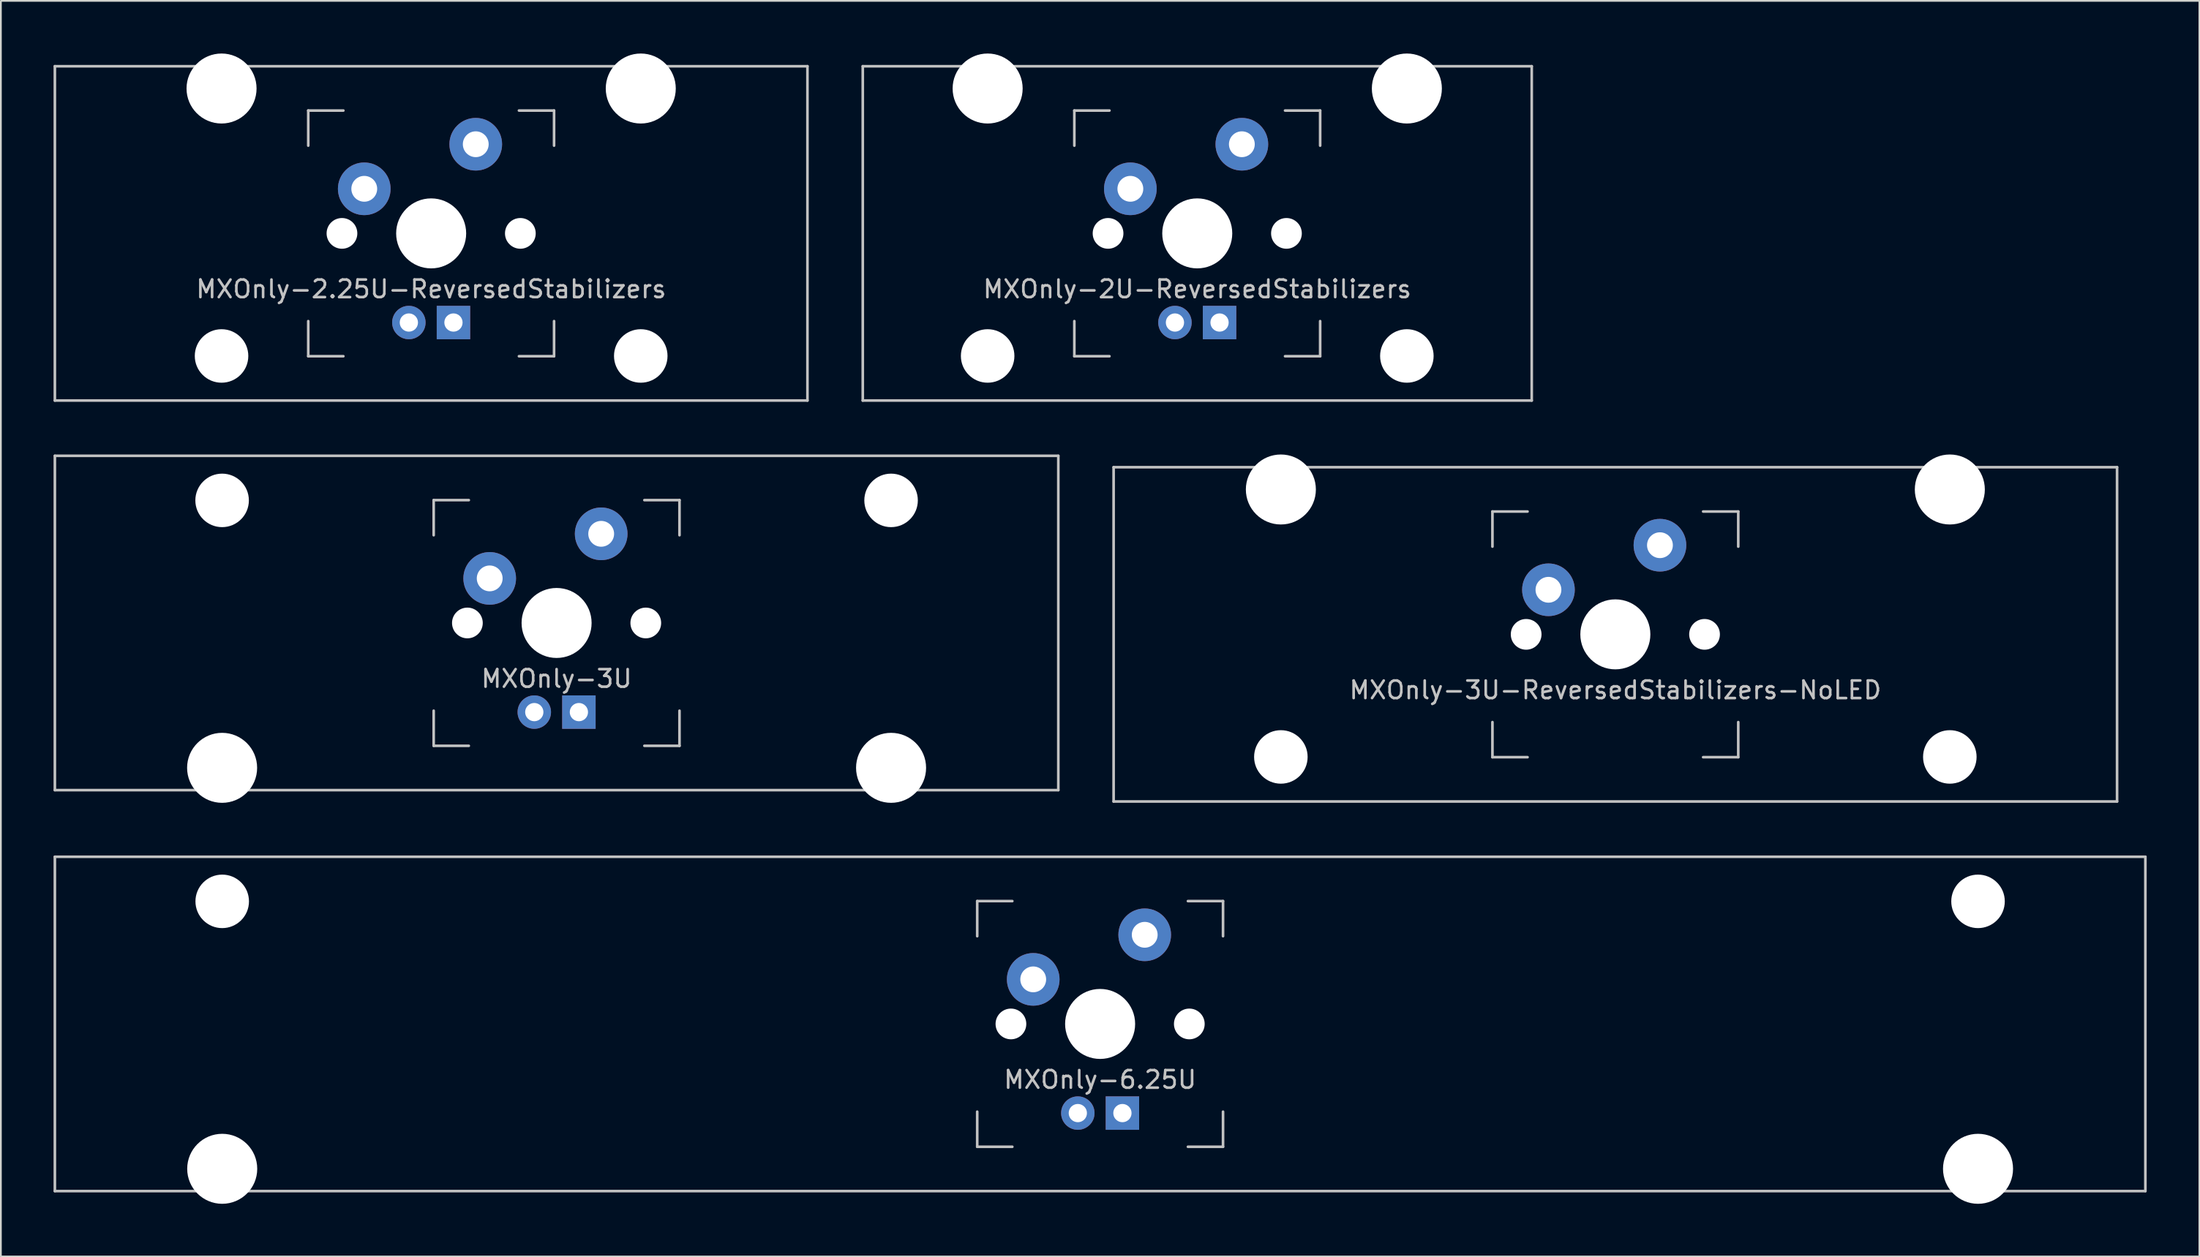
<source format=kicad_pcb>
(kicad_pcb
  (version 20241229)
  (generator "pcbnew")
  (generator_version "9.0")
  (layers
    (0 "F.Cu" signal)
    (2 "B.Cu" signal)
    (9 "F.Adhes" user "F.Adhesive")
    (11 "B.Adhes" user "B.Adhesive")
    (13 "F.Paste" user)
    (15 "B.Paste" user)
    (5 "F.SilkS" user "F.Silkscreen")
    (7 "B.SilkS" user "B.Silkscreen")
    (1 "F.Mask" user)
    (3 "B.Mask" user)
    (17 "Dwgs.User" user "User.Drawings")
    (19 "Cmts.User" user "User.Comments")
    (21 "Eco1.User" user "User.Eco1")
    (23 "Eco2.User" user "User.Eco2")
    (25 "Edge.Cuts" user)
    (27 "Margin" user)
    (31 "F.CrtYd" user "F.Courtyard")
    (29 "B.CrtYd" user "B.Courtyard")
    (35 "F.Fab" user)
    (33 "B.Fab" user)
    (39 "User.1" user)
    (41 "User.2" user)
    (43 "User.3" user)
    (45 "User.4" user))
  (footprint "MXOnly-2.25U-ReversedStabilizers"
    (layer "F.Cu")
    (at 21.506 10.249)
    (property "Reference" "MXOnly-2.25U-ReversedStabilizers" (at 0 3.175 0) (layer "Dwgs.User") (effects (font (size 1 1) (thickness 0.15))))
    (attr through_hole)
    (fp_line (start -21.431 -9.525) (end 21.431 -9.525) (stroke (width 0.15) (type solid)) (layer "Dwgs.User"))
    (fp_line (start -21.431 9.525) (end -21.431 -9.525) (stroke (width 0.15) (type solid)) (layer "Dwgs.User"))
    (fp_line (start -21.431 9.525) (end 21.431 9.525) (stroke (width 0.15) (type solid)) (layer "Dwgs.User"))
    (fp_line (start -7 -7) (end -7 -5) (stroke (width 0.15) (type solid)) (layer "Dwgs.User"))
    (fp_line (start -7 5) (end -7 7) (stroke (width 0.15) (type solid)) (layer "Dwgs.User"))
    (fp_line (start -7 7) (end -5 7) (stroke (width 0.15) (type solid)) (layer "Dwgs.User"))
    (fp_line (start -5 -7) (end -7 -7) (stroke (width 0.15) (type solid)) (layer "Dwgs.User"))
    (fp_line (start 5 -7) (end 7 -7) (stroke (width 0.15) (type solid)) (layer "Dwgs.User"))
    (fp_line (start 5 7) (end 7 7) (stroke (width 0.15) (type solid)) (layer "Dwgs.User"))
    (fp_line (start 7 -7) (end 7 -5) (stroke (width 0.15) (type solid)) (layer "Dwgs.User"))
    (fp_line (start 7 7) (end 7 5) (stroke (width 0.15) (type solid)) (layer "Dwgs.User"))
    (fp_line (start 21.431 -9.525) (end 21.431 9.525) (stroke (width 0.15) (type solid)) (layer "Dwgs.User"))
    (pad "" np_thru_hole circle (at -11.938 -8.255) (size 3.988 3.988) (drill 3.988) (layers "*.Cu" "*.Mask"))
    (pad "" np_thru_hole circle (at -11.938 6.985) (size 3.048 3.048) (drill 3.048) (layers "*.Cu" "*.Mask"))
    (pad "" np_thru_hole circle (at -5.08 0 48.1) (size 1.75 1.75) (drill 1.75) (layers "*.Cu" "*.Mask"))
    (pad "" np_thru_hole circle (at 0 0) (size 3.988 3.988) (drill 3.988) (layers "*.Cu" "*.Mask"))
    (pad "" np_thru_hole circle (at 5.08 0 48.1) (size 1.75 1.75) (drill 1.75) (layers "*.Cu" "*.Mask"))
    (pad "" np_thru_hole circle (at 11.938 -8.255) (size 3.988 3.988) (drill 3.988) (layers "*.Cu" "*.Mask"))
    (pad "" np_thru_hole circle (at 11.938 6.985) (size 3.048 3.048) (drill 3.048) (layers "*.Cu" "*.Mask"))
    (pad "1" thru_hole circle (at -3.81 -2.54) (size 3 3) (drill 1.47) (layers "*.Cu" "*.Mask"))
    (pad "2" thru_hole circle (at 2.54 -5.08) (size 3 3) (drill 1.47) (layers "*.Cu" "*.Mask"))
    (pad "3" thru_hole circle (at -1.27 5.08) (size 1.905 1.905) (drill 1.04) (layers "*.Cu" "*.Mask"))
    (pad "4" thru_hole rect (at 1.27 5.08) (size 1.905 1.905) (drill 1.04) (layers "*.Cu" "*.Mask")))
  (footprint "MXOnly-6.25U"
    (layer "F.Cu")
    (at 59.606 55.298)
    (property "Reference" "MXOnly-6.25U" (at 0 3.175 0) (layer "Dwgs.User") (effects (font (size 1 1) (thickness 0.15))))
    (attr through_hole)
    (fp_line (start -59.531 -9.525) (end 59.531 -9.525) (stroke (width 0.15) (type solid)) (layer "Dwgs.User"))
    (fp_line (start -59.531 9.525) (end -59.531 -9.525) (stroke (width 0.15) (type solid)) (layer "Dwgs.User"))
    (fp_line (start -59.531 9.525) (end 59.531 9.525) (stroke (width 0.15) (type solid)) (layer "Dwgs.User"))
    (fp_line (start -7 -7) (end -7 -5) (stroke (width 0.15) (type solid)) (layer "Dwgs.User"))
    (fp_line (start -7 5) (end -7 7) (stroke (width 0.15) (type solid)) (layer "Dwgs.User"))
    (fp_line (start -7 7) (end -5 7) (stroke (width 0.15) (type solid)) (layer "Dwgs.User"))
    (fp_line (start -5 -7) (end -7 -7) (stroke (width 0.15) (type solid)) (layer "Dwgs.User"))
    (fp_line (start 5 -7) (end 7 -7) (stroke (width 0.15) (type solid)) (layer "Dwgs.User"))
    (fp_line (start 5 7) (end 7 7) (stroke (width 0.15) (type solid)) (layer "Dwgs.User"))
    (fp_line (start 7 -7) (end 7 -5) (stroke (width 0.15) (type solid)) (layer "Dwgs.User"))
    (fp_line (start 7 7) (end 7 5) (stroke (width 0.15) (type solid)) (layer "Dwgs.User"))
    (fp_line (start 59.531 -9.525) (end 59.531 9.525) (stroke (width 0.15) (type solid)) (layer "Dwgs.User"))
    (pad "" np_thru_hole circle (at -50 -6.985) (size 3.048 3.048) (drill 3.048) (layers "*.Cu" "*.Mask"))
    (pad "" np_thru_hole circle (at -50 8.255) (size 3.988 3.988) (drill 3.988) (layers "*.Cu" "*.Mask"))
    (pad "" np_thru_hole circle (at -5.08 0 48.1) (size 1.75 1.75) (drill 1.75) (layers "*.Cu" "*.Mask"))
    (pad "" np_thru_hole circle (at 0 0) (size 3.988 3.988) (drill 3.988) (layers "*.Cu" "*.Mask"))
    (pad "" np_thru_hole circle (at 5.08 0 48.1) (size 1.75 1.75) (drill 1.75) (layers "*.Cu" "*.Mask"))
    (pad "" np_thru_hole circle (at 50 -6.985) (size 3.048 3.048) (drill 3.048) (layers "*.Cu" "*.Mask"))
    (pad "" np_thru_hole circle (at 50 8.255) (size 3.988 3.988) (drill 3.988) (layers "*.Cu" "*.Mask"))
    (pad "1" thru_hole circle (at -3.81 -2.54) (size 3 3) (drill 1.47) (layers "*.Cu" "*.Mask"))
    (pad "2" thru_hole circle (at 2.54 -5.08) (size 3 3) (drill 1.47) (layers "*.Cu" "*.Mask"))
    (pad "3" thru_hole circle (at -1.27 5.08) (size 1.905 1.905) (drill 1.04) (layers "*.Cu" "*.Mask"))
    (pad "4" thru_hole rect (at 1.27 5.08) (size 1.905 1.905) (drill 1.04) (layers "*.Cu" "*.Mask")))
  (footprint "MXOnly-3U"
    (layer "F.Cu")
    (at 28.65 32.449)
    (property "Reference" "MXOnly-3U" (at 0 3.175 0) (layer "Dwgs.User") (effects (font (size 1 1) (thickness 0.15))))
    (attr through_hole)
    (fp_line (start -28.575 -9.525) (end 28.575 -9.525) (stroke (width 0.15) (type solid)) (layer "Dwgs.User"))
    (fp_line (start -28.575 9.525) (end -28.575 -9.525) (stroke (width 0.15) (type solid)) (layer "Dwgs.User"))
    (fp_line (start -28.575 9.525) (end 28.575 9.525) (stroke (width 0.15) (type solid)) (layer "Dwgs.User"))
    (fp_line (start -7 -7) (end -7 -5) (stroke (width 0.15) (type solid)) (layer "Dwgs.User"))
    (fp_line (start -7 5) (end -7 7) (stroke (width 0.15) (type solid)) (layer "Dwgs.User"))
    (fp_line (start -7 7) (end -5 7) (stroke (width 0.15) (type solid)) (layer "Dwgs.User"))
    (fp_line (start -5 -7) (end -7 -7) (stroke (width 0.15) (type solid)) (layer "Dwgs.User"))
    (fp_line (start 5 -7) (end 7 -7) (stroke (width 0.15) (type solid)) (layer "Dwgs.User"))
    (fp_line (start 5 7) (end 7 7) (stroke (width 0.15) (type solid)) (layer "Dwgs.User"))
    (fp_line (start 7 -7) (end 7 -5) (stroke (width 0.15) (type solid)) (layer "Dwgs.User"))
    (fp_line (start 7 7) (end 7 5) (stroke (width 0.15) (type solid)) (layer "Dwgs.User"))
    (fp_line (start 28.575 -9.525) (end 28.575 9.525) (stroke (width 0.15) (type solid)) (layer "Dwgs.User"))
    (pad "" np_thru_hole circle (at -19.05 -6.985) (size 3.048 3.048) (drill 3.048) (layers "*.Cu" "*.Mask"))
    (pad "" np_thru_hole circle (at -19.05 8.255) (size 3.988 3.988) (drill 3.988) (layers "*.Cu" "*.Mask"))
    (pad "" np_thru_hole circle (at -5.08 0 48.1) (size 1.75 1.75) (drill 1.75) (layers "*.Cu" "*.Mask"))
    (pad "" np_thru_hole circle (at 0 0) (size 3.988 3.988) (drill 3.988) (layers "*.Cu" "*.Mask"))
    (pad "" np_thru_hole circle (at 5.08 0 48.1) (size 1.75 1.75) (drill 1.75) (layers "*.Cu" "*.Mask"))
    (pad "" np_thru_hole circle (at 19.05 -6.985) (size 3.048 3.048) (drill 3.048) (layers "*.Cu" "*.Mask"))
    (pad "" np_thru_hole circle (at 19.05 8.255) (size 3.988 3.988) (drill 3.988) (layers "*.Cu" "*.Mask"))
    (pad "1" thru_hole circle (at -3.81 -2.54 48.1) (size 3 3) (drill 1.47) (layers "*.Cu" "*.Mask"))
    (pad "2" thru_hole circle (at 2.54 -5.08) (size 3 3) (drill 1.47) (layers "*.Cu" "*.Mask"))
    (pad "3" thru_hole circle (at -1.27 5.08) (size 1.905 1.905) (drill 1.04) (layers "*.Cu" "*.Mask"))
    (pad "4" thru_hole rect (at 1.27 5.08) (size 1.905 1.905) (drill 1.04) (layers "*.Cu" "*.Mask")))
  (footprint "MXOnly-3U-ReversedStabilizers-NoLED"
    (layer "F.Cu")
    (at 88.95 33.098)
    (property "Reference" "MXOnly-3U-ReversedStabilizers-NoLED" (at 0 3.175 0) (layer "Dwgs.User") (effects (font (size 1 1) (thickness 0.15))))
    (attr through_hole)
    (fp_line (start -28.575 -9.525) (end 28.575 -9.525) (stroke (width 0.15) (type solid)) (layer "Dwgs.User"))
    (fp_line (start -28.575 9.525) (end -28.575 -9.525) (stroke (width 0.15) (type solid)) (layer "Dwgs.User"))
    (fp_line (start -28.575 9.525) (end 28.575 9.525) (stroke (width 0.15) (type solid)) (layer "Dwgs.User"))
    (fp_line (start -7 -7) (end -7 -5) (stroke (width 0.15) (type solid)) (layer "Dwgs.User"))
    (fp_line (start -7 5) (end -7 7) (stroke (width 0.15) (type solid)) (layer "Dwgs.User"))
    (fp_line (start -7 7) (end -5 7) (stroke (width 0.15) (type solid)) (layer "Dwgs.User"))
    (fp_line (start -5 -7) (end -7 -7) (stroke (width 0.15) (type solid)) (layer "Dwgs.User"))
    (fp_line (start 5 -7) (end 7 -7) (stroke (width 0.15) (type solid)) (layer "Dwgs.User"))
    (fp_line (start 5 7) (end 7 7) (stroke (width 0.15) (type solid)) (layer "Dwgs.User"))
    (fp_line (start 7 -7) (end 7 -5) (stroke (width 0.15) (type solid)) (layer "Dwgs.User"))
    (fp_line (start 7 7) (end 7 5) (stroke (width 0.15) (type solid)) (layer "Dwgs.User"))
    (fp_line (start 28.575 -9.525) (end 28.575 9.525) (stroke (width 0.15) (type solid)) (layer "Dwgs.User"))
    (pad "" np_thru_hole circle (at -19.05 -8.255) (size 3.988 3.988) (drill 3.988) (layers "*.Cu" "*.Mask"))
    (pad "" np_thru_hole circle (at -19.05 6.985) (size 3.048 3.048) (drill 3.048) (layers "*.Cu" "*.Mask"))
    (pad "" np_thru_hole circle (at -5.08 0 48.1) (size 1.75 1.75) (drill 1.75) (layers "*.Cu" "*.Mask"))
    (pad "" np_thru_hole circle (at 0 0) (size 3.988 3.988) (drill 3.988) (layers "*.Cu" "*.Mask"))
    (pad "" np_thru_hole circle (at 5.08 0 48.1) (size 1.75 1.75) (drill 1.75) (layers "*.Cu" "*.Mask"))
    (pad "" np_thru_hole circle (at 19.05 -8.255) (size 3.988 3.988) (drill 3.988) (layers "*.Cu" "*.Mask"))
    (pad "" np_thru_hole circle (at 19.05 6.985) (size 3.048 3.048) (drill 3.048) (layers "*.Cu" "*.Mask"))
    (pad "1" thru_hole circle (at -3.81 -2.54 48.1) (size 3 3) (drill 1.47) (layers "*.Cu" "*.Mask"))
    (pad "2" thru_hole circle (at 2.54 -5.08) (size 3 3) (drill 1.47) (layers "*.Cu" "*.Mask")))
  (footprint "MXOnly-2U-ReversedStabilizers"
    (layer "F.Cu")
    (at 65.138 10.249)
    (property "Reference" "MXOnly-2U-ReversedStabilizers" (at 0 3.175 0) (layer "Dwgs.User") (effects (font (size 1 1) (thickness 0.15))))
    (attr through_hole)
    (fp_line (start -19.05 -9.525) (end 19.05 -9.525) (stroke (width 0.15) (type solid)) (layer "Dwgs.User"))
    (fp_line (start -19.05 9.525) (end -19.05 -9.525) (stroke (width 0.15) (type solid)) (layer "Dwgs.User"))
    (fp_line (start -19.05 9.525) (end 19.05 9.525) (stroke (width 0.15) (type solid)) (layer "Dwgs.User"))
    (fp_line (start -7 -7) (end -7 -5) (stroke (width 0.15) (type solid)) (layer "Dwgs.User"))
    (fp_line (start -7 5) (end -7 7) (stroke (width 0.15) (type solid)) (layer "Dwgs.User"))
    (fp_line (start -7 7) (end -5 7) (stroke (width 0.15) (type solid)) (layer "Dwgs.User"))
    (fp_line (start -5 -7) (end -7 -7) (stroke (width 0.15) (type solid)) (layer "Dwgs.User"))
    (fp_line (start 5 -7) (end 7 -7) (stroke (width 0.15) (type solid)) (layer "Dwgs.User"))
    (fp_line (start 5 7) (end 7 7) (stroke (width 0.15) (type solid)) (layer "Dwgs.User"))
    (fp_line (start 7 -7) (end 7 -5) (stroke (width 0.15) (type solid)) (layer "Dwgs.User"))
    (fp_line (start 7 7) (end 7 5) (stroke (width 0.15) (type solid)) (layer "Dwgs.User"))
    (fp_line (start 19.05 -9.525) (end 19.05 9.525) (stroke (width 0.15) (type solid)) (layer "Dwgs.User"))
    (pad "" np_thru_hole circle (at -11.938 -8.255) (size 3.988 3.988) (drill 3.988) (layers "*.Cu" "*.Mask"))
    (pad "" np_thru_hole circle (at -11.938 6.985) (size 3.048 3.048) (drill 3.048) (layers "*.Cu" "*.Mask"))
    (pad "" np_thru_hole circle (at -5.08 0 48.1) (size 1.75 1.75) (drill 1.75) (layers "*.Cu" "*.Mask"))
    (pad "" np_thru_hole circle (at 0 0) (size 3.988 3.988) (drill 3.988) (layers "*.Cu" "*.Mask"))
    (pad "" np_thru_hole circle (at 5.08 0 48.1) (size 1.75 1.75) (drill 1.75) (layers "*.Cu" "*.Mask"))
    (pad "" np_thru_hole circle (at 11.938 -8.255) (size 3.988 3.988) (drill 3.988) (layers "*.Cu" "*.Mask"))
    (pad "" np_thru_hole circle (at 11.938 6.985) (size 3.048 3.048) (drill 3.048) (layers "*.Cu" "*.Mask"))
    (pad "1" thru_hole circle (at -3.81 -2.54) (size 3 3) (drill 1.47) (layers "*.Cu" "*.Mask"))
    (pad "2" thru_hole circle (at 2.54 -5.08) (size 3 3) (drill 1.47) (layers "*.Cu" "*.Mask"))
    (pad "3" thru_hole circle (at -1.27 5.08) (size 1.905 1.905) (drill 1.04) (layers "*.Cu" "*.Mask"))
    (pad "4" thru_hole rect (at 1.27 5.08) (size 1.905 1.905) (drill 1.04) (layers "*.Cu" "*.Mask")))
  (gr_rect
    (start -3 -3)
    (end 122.213 68.547)
    (stroke (width 0.1) (type default))
    (fill no)
    (layer "Edge.Cuts")))
</source>
